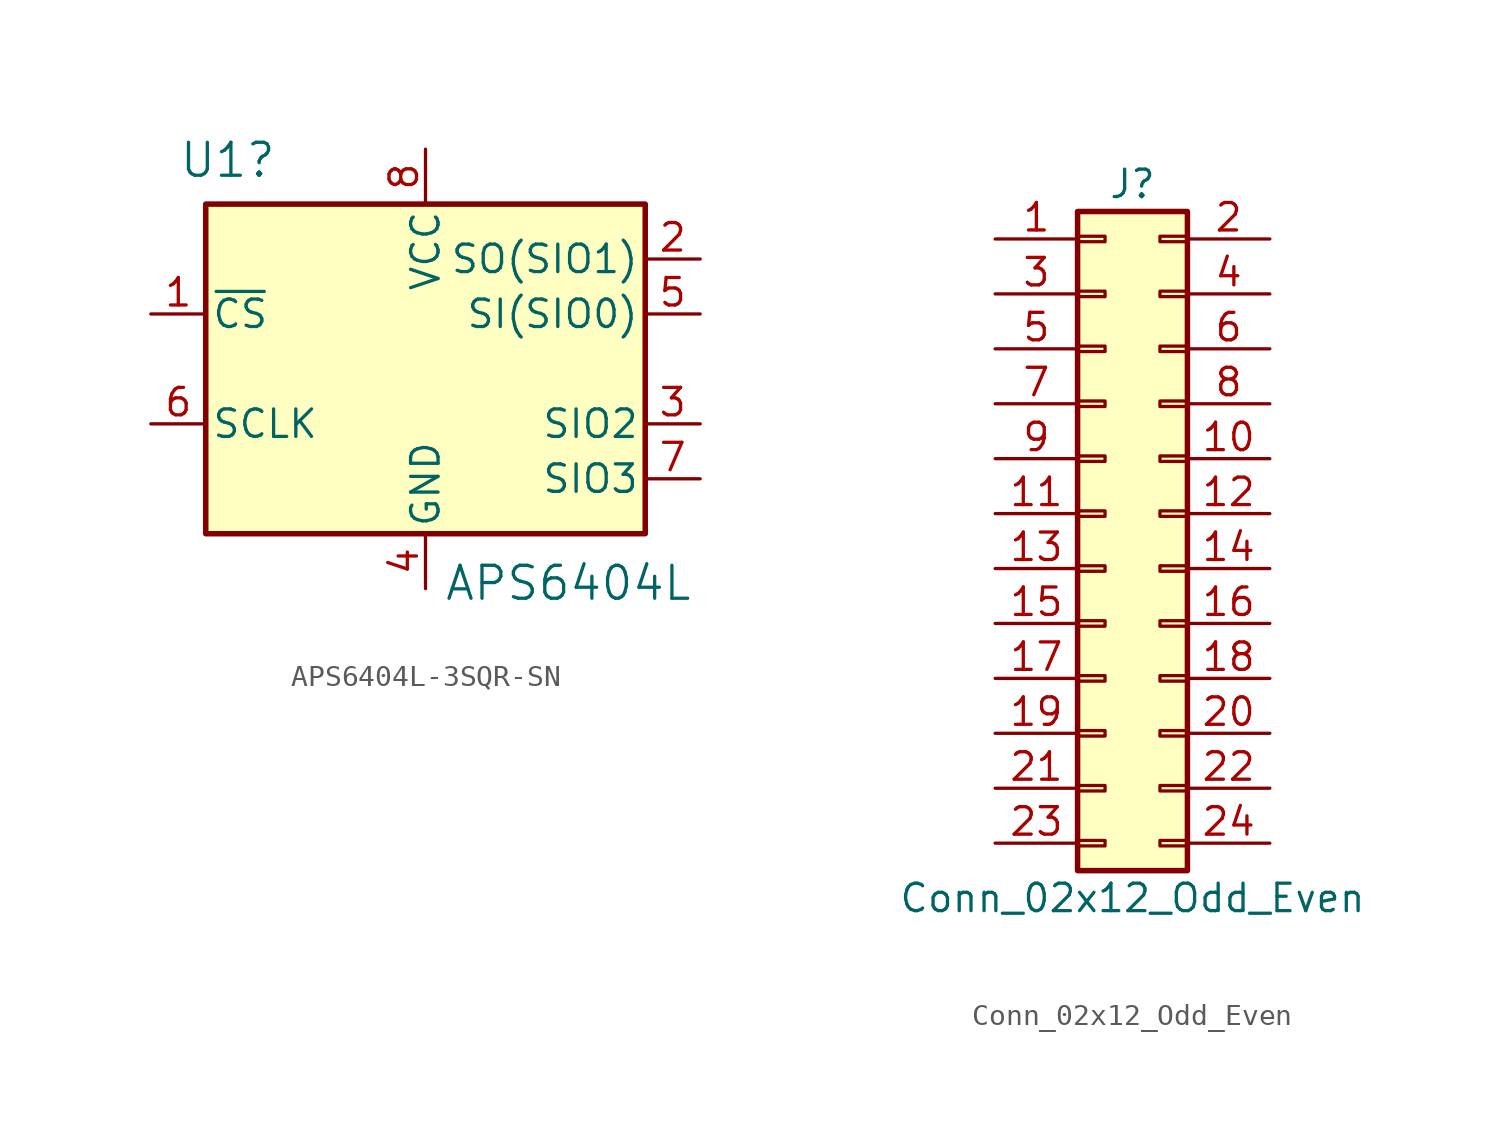
<source format=kicad_sym>
(kicad_symbol_lib
  (version 20241209)
  (generator "kicad_symbol_editor")
  (generator_version "9.0")
  (symbol "APS6404L-3SQR-SN"
    (pin_names
      (offset 0.254))
    (property "Reference" "U1"
      (at -9.144 9.652 0)
      (effects (font (size 1.524 1.524))))
    (property "Value" "APS6404L"
      (at 6.604 -9.906 0)
      (effects (font (size 1.524 1.524))))
    (property "ki_locked" ""
      (at 0 0 0)
      (effects (font (size 1.27 1.27))))
    (symbol "APS6404L-3SQR-SN_0_1"
      (pin input line (at -12.7 -2.54 0) (length 2.54) (name "SCLK" (effects (font (size 1.27 1.27)))) (number "6" (effects (font (size 1.27 1.27)))))
      (pin power_in line (at 0 10.16 270) (length 2.54) (name "VCC" (effects (font (size 1.27 1.27)))) (number "8" (effects (font (size 1.27 1.27)))))
      (pin power_in line (at 0 -10.16 90) (length 2.54) (name "GND" (effects (font (size 1.27 1.27)))) (number "4" (effects (font (size 1.27 1.27)))))
      (pin bidirectional line (at 12.7 5.08 180) (length 2.54) (name "SO(SIO1)" (effects (font (size 1.27 1.27)))) (number "2" (effects (font (size 1.27 1.27)))))
      (pin bidirectional line (at 12.7 2.54 180) (length 2.54) (name "SI(SIO0)" (effects (font (size 1.27 1.27)))) (number "5" (effects (font (size 1.27 1.27)))))
      (pin bidirectional line (at 12.7 -2.54 180) (length 2.54) (name "SIO2" (effects (font (size 1.27 1.27)))) (number "3" (effects (font (size 1.27 1.27)))))
      (pin bidirectional line (at 12.7 -5.08 180) (length 2.54) (name "SIO3" (effects (font (size 1.27 1.27)))) (number "7" (effects (font (size 1.27 1.27))))))
    (symbol "APS6404L-3SQR-SN_1_1"
      (rectangle (start -10.16 7.62) (end 10.16 -7.62) (stroke (width 0.254) (type solid)) (fill (type background)))
      (pin input line (at -12.7 2.54 0) (length 2.54) (name "~{CS}" (effects (font (size 1.27 1.27)))) (number "1" (effects (font (size 1.27 1.27)))))))
  (symbol "Conn_02x12_Odd_Even"
    (pin_names
      (offset 1.016)
      (hide yes))
    (property "Reference" "J"
      (at 1.27 15.24 0)
      (effects (font (size 1.27 1.27))))
    (property "Value" "Conn_02x12_Odd_Even"
      (at 1.27 -17.78 0)
      (effects (font (size 1.27 1.27))))
    (symbol "Conn_02x12_Odd_Even_1_1"
      (rectangle (start -1.27 13.97) (end 3.81 -16.51) (stroke (width 0.254) (type default)) (fill (type background)))
      (rectangle (start -1.27 12.827) (end 0 12.573) (stroke (width 0.152) (type default)) (fill (type none)))
      (rectangle (start -1.27 10.287) (end 0 10.033) (stroke (width 0.152) (type default)) (fill (type none)))
      (rectangle (start -1.27 7.747) (end 0 7.493) (stroke (width 0.152) (type default)) (fill (type none)))
      (rectangle (start -1.27 5.207) (end 0 4.953) (stroke (width 0.152) (type default)) (fill (type none)))
      (rectangle (start -1.27 2.667) (end 0 2.413) (stroke (width 0.152) (type default)) (fill (type none)))
      (rectangle (start -1.27 0.127) (end 0 -0.127) (stroke (width 0.152) (type default)) (fill (type none)))
      (rectangle (start -1.27 -2.413) (end 0 -2.667) (stroke (width 0.152) (type default)) (fill (type none)))
      (rectangle (start -1.27 -4.953) (end 0 -5.207) (stroke (width 0.152) (type default)) (fill (type none)))
      (rectangle (start -1.27 -7.493) (end 0 -7.747) (stroke (width 0.152) (type default)) (fill (type none)))
      (rectangle (start -1.27 -10.033) (end 0 -10.287) (stroke (width 0.152) (type default)) (fill (type none)))
      (rectangle (start -1.27 -12.573) (end 0 -12.827) (stroke (width 0.152) (type default)) (fill (type none)))
      (rectangle (start -1.27 -15.113) (end 0 -15.367) (stroke (width 0.152) (type default)) (fill (type none)))
      (rectangle (start 3.81 12.827) (end 2.54 12.573) (stroke (width 0.152) (type default)) (fill (type none)))
      (rectangle (start 3.81 10.287) (end 2.54 10.033) (stroke (width 0.152) (type default)) (fill (type none)))
      (rectangle (start 3.81 7.747) (end 2.54 7.493) (stroke (width 0.152) (type default)) (fill (type none)))
      (rectangle (start 3.81 5.207) (end 2.54 4.953) (stroke (width 0.152) (type default)) (fill (type none)))
      (rectangle (start 3.81 2.667) (end 2.54 2.413) (stroke (width 0.152) (type default)) (fill (type none)))
      (rectangle (start 3.81 0.127) (end 2.54 -0.127) (stroke (width 0.152) (type default)) (fill (type none)))
      (rectangle (start 3.81 -2.413) (end 2.54 -2.667) (stroke (width 0.152) (type default)) (fill (type none)))
      (rectangle (start 3.81 -4.953) (end 2.54 -5.207) (stroke (width 0.152) (type default)) (fill (type none)))
      (rectangle (start 3.81 -7.493) (end 2.54 -7.747) (stroke (width 0.152) (type default)) (fill (type none)))
      (rectangle (start 3.81 -10.033) (end 2.54 -10.287) (stroke (width 0.152) (type default)) (fill (type none)))
      (rectangle (start 3.81 -12.573) (end 2.54 -12.827) (stroke (width 0.152) (type default)) (fill (type none)))
      (rectangle (start 3.81 -15.113) (end 2.54 -15.367) (stroke (width 0.152) (type default)) (fill (type none)))
      (pin passive line (at -5.08 12.7 0) (length 3.81) (name "Pin_1" (effects (font (size 1.27 1.27)))) (number "1" (effects (font (size 1.27 1.27)))))
      (pin passive line (at -5.08 10.16 0) (length 3.81) (name "Pin_3" (effects (font (size 1.27 1.27)))) (number "3" (effects (font (size 1.27 1.27)))))
      (pin passive line (at -5.08 7.62 0) (length 3.81) (name "Pin_5" (effects (font (size 1.27 1.27)))) (number "5" (effects (font (size 1.27 1.27)))))
      (pin passive line (at -5.08 5.08 0) (length 3.81) (name "Pin_7" (effects (font (size 1.27 1.27)))) (number "7" (effects (font (size 1.27 1.27)))))
      (pin passive line (at -5.08 2.54 0) (length 3.81) (name "Pin_9" (effects (font (size 1.27 1.27)))) (number "9" (effects (font (size 1.27 1.27)))))
      (pin passive line (at -5.08 0 0) (length 3.81) (name "Pin_11" (effects (font (size 1.27 1.27)))) (number "11" (effects (font (size 1.27 1.27)))))
      (pin passive line (at -5.08 -2.54 0) (length 3.81) (name "Pin_13" (effects (font (size 1.27 1.27)))) (number "13" (effects (font (size 1.27 1.27)))))
      (pin passive line (at -5.08 -5.08 0) (length 3.81) (name "Pin_15" (effects (font (size 1.27 1.27)))) (number "15" (effects (font (size 1.27 1.27)))))
      (pin passive line (at -5.08 -7.62 0) (length 3.81) (name "Pin_17" (effects (font (size 1.27 1.27)))) (number "17" (effects (font (size 1.27 1.27)))))
      (pin passive line (at -5.08 -10.16 0) (length 3.81) (name "Pin_19" (effects (font (size 1.27 1.27)))) (number "19" (effects (font (size 1.27 1.27)))))
      (pin passive line (at -5.08 -12.7 0) (length 3.81) (name "Pin_21" (effects (font (size 1.27 1.27)))) (number "21" (effects (font (size 1.27 1.27)))))
      (pin passive line (at -5.08 -15.24 0) (length 3.81) (name "Pin_23" (effects (font (size 1.27 1.27)))) (number "23" (effects (font (size 1.27 1.27)))))
      (pin passive line (at 7.62 12.7 180) (length 3.81) (name "Pin_2" (effects (font (size 1.27 1.27)))) (number "2" (effects (font (size 1.27 1.27)))))
      (pin passive line (at 7.62 10.16 180) (length 3.81) (name "Pin_4" (effects (font (size 1.27 1.27)))) (number "4" (effects (font (size 1.27 1.27)))))
      (pin passive line (at 7.62 7.62 180) (length 3.81) (name "Pin_6" (effects (font (size 1.27 1.27)))) (number "6" (effects (font (size 1.27 1.27)))))
      (pin passive line (at 7.62 5.08 180) (length 3.81) (name "Pin_8" (effects (font (size 1.27 1.27)))) (number "8" (effects (font (size 1.27 1.27)))))
      (pin passive line (at 7.62 2.54 180) (length 3.81) (name "Pin_10" (effects (font (size 1.27 1.27)))) (number "10" (effects (font (size 1.27 1.27)))))
      (pin passive line (at 7.62 0 180) (length 3.81) (name "Pin_12" (effects (font (size 1.27 1.27)))) (number "12" (effects (font (size 1.27 1.27)))))
      (pin passive line (at 7.62 -2.54 180) (length 3.81) (name "Pin_14" (effects (font (size 1.27 1.27)))) (number "14" (effects (font (size 1.27 1.27)))))
      (pin passive line (at 7.62 -5.08 180) (length 3.81) (name "Pin_16" (effects (font (size 1.27 1.27)))) (number "16" (effects (font (size 1.27 1.27)))))
      (pin passive line (at 7.62 -7.62 180) (length 3.81) (name "Pin_18" (effects (font (size 1.27 1.27)))) (number "18" (effects (font (size 1.27 1.27)))))
      (pin passive line (at 7.62 -10.16 180) (length 3.81) (name "Pin_20" (effects (font (size 1.27 1.27)))) (number "20" (effects (font (size 1.27 1.27)))))
      (pin passive line (at 7.62 -12.7 180) (length 3.81) (name "Pin_22" (effects (font (size 1.27 1.27)))) (number "22" (effects (font (size 1.27 1.27)))))
      (pin passive line (at 7.62 -15.24 180) (length 3.81) (name "Pin_24" (effects (font (size 1.27 1.27)))) (number "24" (effects (font (size 1.27 1.27))))))))
</source>
